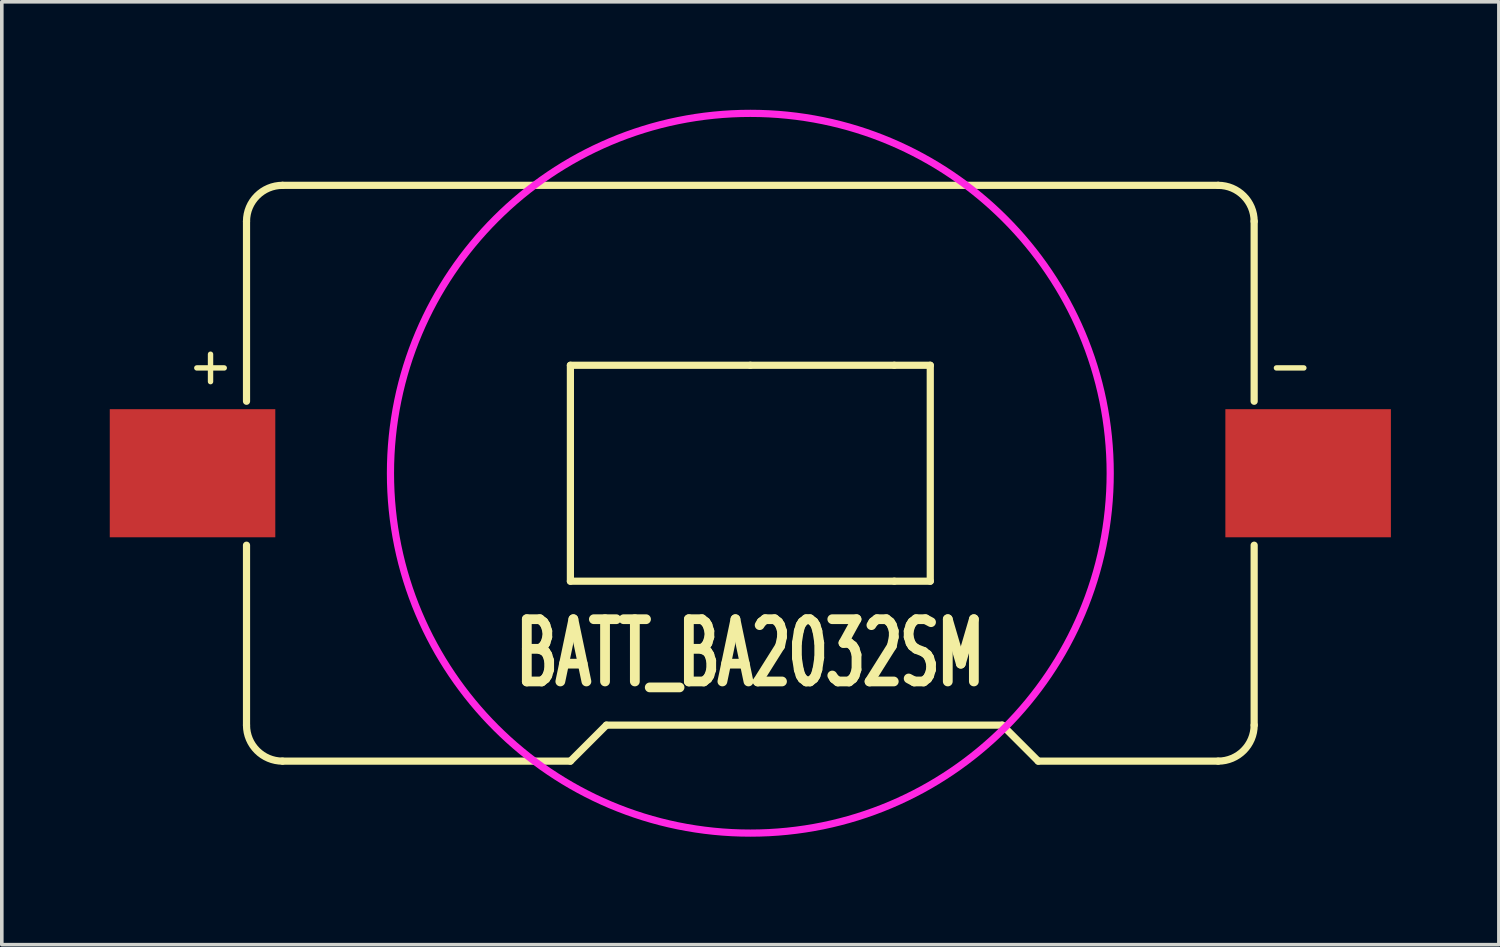
<source format=kicad_pcb>
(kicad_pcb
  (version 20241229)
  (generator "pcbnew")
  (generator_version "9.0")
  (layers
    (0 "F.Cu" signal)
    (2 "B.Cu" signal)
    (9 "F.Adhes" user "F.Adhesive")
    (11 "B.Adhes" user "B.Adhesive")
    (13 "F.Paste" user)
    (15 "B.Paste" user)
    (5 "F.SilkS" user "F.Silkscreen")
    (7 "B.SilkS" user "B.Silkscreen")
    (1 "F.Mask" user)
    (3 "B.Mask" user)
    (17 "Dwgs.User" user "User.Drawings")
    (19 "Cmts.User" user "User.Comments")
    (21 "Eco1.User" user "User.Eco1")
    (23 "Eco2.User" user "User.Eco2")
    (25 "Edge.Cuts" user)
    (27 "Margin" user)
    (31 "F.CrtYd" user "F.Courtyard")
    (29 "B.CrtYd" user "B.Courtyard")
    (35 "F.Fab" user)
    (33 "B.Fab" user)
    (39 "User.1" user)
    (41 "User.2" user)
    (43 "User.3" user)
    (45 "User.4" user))
  (footprint "BATT_BA2032SM"
    (layer "F.Cu")
    (at 17.8 10.1)
    (property "Reference" "BATT_BA2032SM" (at 0 5 0) (layer "F.SilkS") (effects (font (size 1.73 1.087) (thickness 0.272))))
    (attr through_hole)
    (fp_line (start -14 -2) (end -14 -7) (stroke (width 0.2) (type solid)) (layer "F.SilkS"))
    (fp_line (start -14 2) (end -14 7) (stroke (width 0.2) (type solid)) (layer "F.SilkS"))
    (fp_line (start -13 -8) (end 13 -8) (stroke (width 0.2) (type solid)) (layer "F.SilkS"))
    (fp_line (start -5 -3) (end -5 3) (stroke (width 0.2) (type solid)) (layer "F.SilkS"))
    (fp_line (start -5 3) (end 4 3) (stroke (width 0.2) (type solid)) (layer "F.SilkS"))
    (fp_line (start -5 8) (end -13 8) (stroke (width 0.2) (type solid)) (layer "F.SilkS"))
    (fp_line (start -5 8) (end -4 7) (stroke (width 0.2) (type solid)) (layer "F.SilkS"))
    (fp_line (start -4 7) (end 7 7) (stroke (width 0.2) (type solid)) (layer "F.SilkS"))
    (fp_line (start 0 -3) (end -5 -3) (stroke (width 0.2) (type solid)) (layer "F.SilkS"))
    (fp_line (start 4 -3) (end 0 -3) (stroke (width 0.2) (type solid)) (layer "F.SilkS"))
    (fp_line (start 4 3) (end 5 3) (stroke (width 0.2) (type solid)) (layer "F.SilkS"))
    (fp_line (start 5 -3) (end 4 -3) (stroke (width 0.2) (type solid)) (layer "F.SilkS"))
    (fp_line (start 5 3) (end 5 -3) (stroke (width 0.2) (type solid)) (layer "F.SilkS"))
    (fp_line (start 7 7) (end 8 8) (stroke (width 0.2) (type solid)) (layer "F.SilkS"))
    (fp_line (start 8 8) (end 13 8) (stroke (width 0.2) (type solid)) (layer "F.SilkS"))
    (fp_line (start 14 -2) (end 14 -7) (stroke (width 0.2) (type solid)) (layer "F.SilkS"))
    (fp_line (start 14 2) (end 14 7) (stroke (width 0.2) (type solid)) (layer "F.SilkS"))
    (fp_arc (start -14 -7) (mid -13.707107 -7.707107) (end -13 -8) (stroke (width 0.2) (type solid)) (layer "F.SilkS"))
    (fp_arc (start -13 8) (mid -13.707107 7.707107) (end -14 7) (stroke (width 0.2) (type solid)) (layer "F.SilkS"))
    (fp_arc (start 13 -8) (mid 13.707107 -7.707107) (end 14 -7) (stroke (width 0.2) (type solid)) (layer "F.SilkS"))
    (fp_arc (start 14 7) (mid 13.707107 7.707107) (end 13 8) (stroke (width 0.2) (type solid)) (layer "F.SilkS"))
    (fp_circle (center 0 0) (end 0 -10) (stroke (width 0.2) (type solid)) (fill no) (layer "F.CrtYd"))
    (fp_text user "-" (at 15 -3 0) (layer "F.SilkS") (effects (font (size 1 1) (thickness 0.15))))
    (fp_text user "+" (at -15 -3 0) (layer "F.SilkS") (effects (font (size 1 1) (thickness 0.15))))
    (pad "1" smd rect (at -15.5 0) (size 4.6 3.56) (layers "F.Cu" "F.Mask" "F.Paste"))
    (pad "2" smd rect (at 15.5 0) (size 4.6 3.56) (layers "F.Cu" "F.Mask" "F.Paste")))
  (gr_rect
    (start -3 -3)
    (end 38.6 23.2)
    (stroke (width 0.1) (type default))
    (fill no)
    (layer "Edge.Cuts")))
</source>
